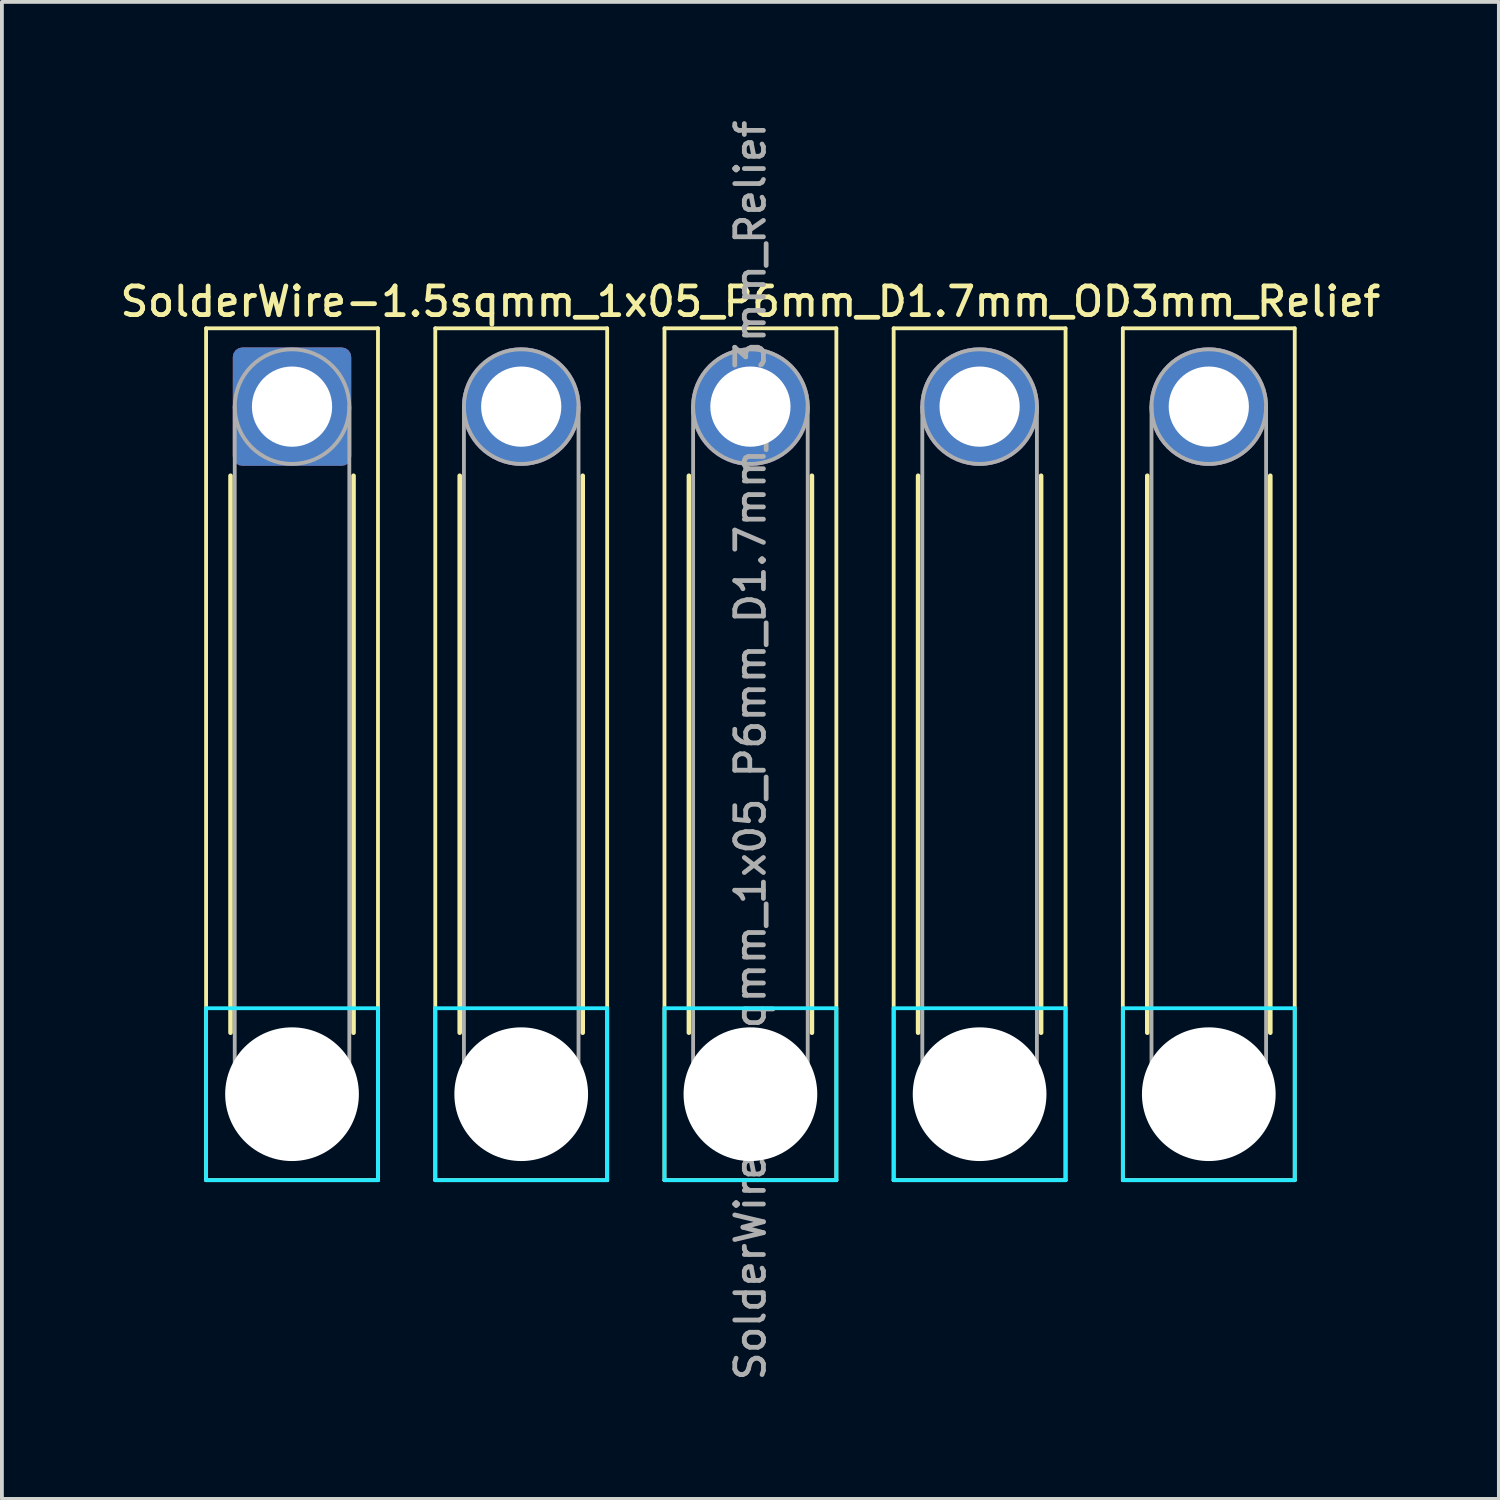
<source format=kicad_pcb>
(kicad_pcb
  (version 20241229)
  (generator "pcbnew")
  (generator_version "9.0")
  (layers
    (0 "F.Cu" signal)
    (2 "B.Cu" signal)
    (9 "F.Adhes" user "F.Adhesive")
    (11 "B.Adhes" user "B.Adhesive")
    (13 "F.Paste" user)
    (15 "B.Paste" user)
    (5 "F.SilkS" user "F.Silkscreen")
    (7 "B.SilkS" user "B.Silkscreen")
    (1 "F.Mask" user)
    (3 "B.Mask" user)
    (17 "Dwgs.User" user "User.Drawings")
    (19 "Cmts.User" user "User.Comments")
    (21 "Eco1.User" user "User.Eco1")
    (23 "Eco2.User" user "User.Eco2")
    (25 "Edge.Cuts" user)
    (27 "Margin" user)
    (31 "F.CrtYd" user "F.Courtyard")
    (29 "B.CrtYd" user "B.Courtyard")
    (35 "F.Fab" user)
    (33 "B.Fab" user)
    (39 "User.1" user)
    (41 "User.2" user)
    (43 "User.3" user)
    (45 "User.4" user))
  (footprint "SolderWire-1.5sqmm_1x05_P6mm_D1.7mm_OD3mm_Relief"
    (layer "F.Cu")
    (at 4.595 7.595)
    (property "Reference" "SolderWire-1.5sqmm_1x05_P6mm_D1.7mm_OD3mm_Relief" (at 12 -2.75 0) (layer "F.SilkS") (effects (font (size 0.75 0.75) (thickness 0.125))))
    (attr exclude_from_pos_files exclude_from_bom)
    (fp_line (start -2.25 -2.05) (end -2.25 20.25) (stroke (width 0.1) (type solid)) (layer "F.SilkS"))
    (fp_line (start -2.25 20.25) (end 2.25 20.25) (stroke (width 0.1) (type solid)) (layer "F.SilkS"))
    (fp_line (start -1.61 1.81) (end -1.61 16.39) (stroke (width 0.12) (type solid)) (layer "F.SilkS"))
    (fp_line (start 1.61 1.81) (end 1.61 16.39) (stroke (width 0.12) (type solid)) (layer "F.SilkS"))
    (fp_line (start 2.25 -2.05) (end -2.25 -2.05) (stroke (width 0.1) (type solid)) (layer "F.SilkS"))
    (fp_line (start 2.25 20.25) (end 2.25 -2.05) (stroke (width 0.1) (type solid)) (layer "F.SilkS"))
    (fp_line (start 3.75 -2.05) (end 3.75 20.25) (stroke (width 0.1) (type solid)) (layer "F.SilkS"))
    (fp_line (start 3.75 20.25) (end 8.25 20.25) (stroke (width 0.1) (type solid)) (layer "F.SilkS"))
    (fp_line (start 4.39 1.81) (end 4.39 16.39) (stroke (width 0.12) (type solid)) (layer "F.SilkS"))
    (fp_line (start 7.61 1.81) (end 7.61 16.39) (stroke (width 0.12) (type solid)) (layer "F.SilkS"))
    (fp_line (start 8.25 -2.05) (end 3.75 -2.05) (stroke (width 0.1) (type solid)) (layer "F.SilkS"))
    (fp_line (start 8.25 20.25) (end 8.25 -2.05) (stroke (width 0.1) (type solid)) (layer "F.SilkS"))
    (fp_line (start 9.75 -2.05) (end 9.75 20.25) (stroke (width 0.1) (type solid)) (layer "F.SilkS"))
    (fp_line (start 9.75 20.25) (end 14.25 20.25) (stroke (width 0.1) (type solid)) (layer "F.SilkS"))
    (fp_line (start 10.39 1.81) (end 10.39 16.39) (stroke (width 0.12) (type solid)) (layer "F.SilkS"))
    (fp_line (start 13.61 1.81) (end 13.61 16.39) (stroke (width 0.12) (type solid)) (layer "F.SilkS"))
    (fp_line (start 14.25 -2.05) (end 9.75 -2.05) (stroke (width 0.1) (type solid)) (layer "F.SilkS"))
    (fp_line (start 14.25 20.25) (end 14.25 -2.05) (stroke (width 0.1) (type solid)) (layer "F.SilkS"))
    (fp_line (start 15.75 -2.05) (end 15.75 20.25) (stroke (width 0.1) (type solid)) (layer "F.SilkS"))
    (fp_line (start 15.75 20.25) (end 20.25 20.25) (stroke (width 0.1) (type solid)) (layer "F.SilkS"))
    (fp_line (start 16.39 1.81) (end 16.39 16.39) (stroke (width 0.12) (type solid)) (layer "F.SilkS"))
    (fp_line (start 19.61 1.81) (end 19.61 16.39) (stroke (width 0.12) (type solid)) (layer "F.SilkS"))
    (fp_line (start 20.25 -2.05) (end 15.75 -2.05) (stroke (width 0.1) (type solid)) (layer "F.SilkS"))
    (fp_line (start 20.25 20.25) (end 20.25 -2.05) (stroke (width 0.1) (type solid)) (layer "F.SilkS"))
    (fp_line (start 21.75 -2.05) (end 21.75 20.25) (stroke (width 0.1) (type solid)) (layer "F.SilkS"))
    (fp_line (start 21.75 20.25) (end 26.25 20.25) (stroke (width 0.1) (type solid)) (layer "F.SilkS"))
    (fp_line (start 22.39 1.81) (end 22.39 16.39) (stroke (width 0.12) (type solid)) (layer "F.SilkS"))
    (fp_line (start 25.61 1.81) (end 25.61 16.39) (stroke (width 0.12) (type solid)) (layer "F.SilkS"))
    (fp_line (start 26.25 -2.05) (end 21.75 -2.05) (stroke (width 0.1) (type solid)) (layer "F.SilkS"))
    (fp_line (start 26.25 20.25) (end 26.25 -2.05) (stroke (width 0.1) (type solid)) (layer "F.SilkS"))
    (fp_line (start -2.25 15.75) (end -2.25 20.25) (stroke (width 0.1) (type solid)) (layer "B.CrtYd"))
    (fp_line (start -2.25 20.25) (end 2.25 20.25) (stroke (width 0.1) (type solid)) (layer "B.CrtYd"))
    (fp_line (start 2.25 15.75) (end -2.25 15.75) (stroke (width 0.1) (type solid)) (layer "B.CrtYd"))
    (fp_line (start 2.25 20.25) (end 2.25 15.75) (stroke (width 0.1) (type solid)) (layer "B.CrtYd"))
    (fp_line (start 3.75 15.75) (end 3.75 20.25) (stroke (width 0.1) (type solid)) (layer "B.CrtYd"))
    (fp_line (start 3.75 20.25) (end 8.25 20.25) (stroke (width 0.1) (type solid)) (layer "B.CrtYd"))
    (fp_line (start 8.25 15.75) (end 3.75 15.75) (stroke (width 0.1) (type solid)) (layer "B.CrtYd"))
    (fp_line (start 8.25 20.25) (end 8.25 15.75) (stroke (width 0.1) (type solid)) (layer "B.CrtYd"))
    (fp_line (start 9.75 15.75) (end 9.75 20.25) (stroke (width 0.1) (type solid)) (layer "B.CrtYd"))
    (fp_line (start 9.75 20.25) (end 14.25 20.25) (stroke (width 0.1) (type solid)) (layer "B.CrtYd"))
    (fp_line (start 14.25 15.75) (end 9.75 15.75) (stroke (width 0.1) (type solid)) (layer "B.CrtYd"))
    (fp_line (start 14.25 20.25) (end 14.25 15.75) (stroke (width 0.1) (type solid)) (layer "B.CrtYd"))
    (fp_line (start 15.75 15.75) (end 15.75 20.25) (stroke (width 0.1) (type solid)) (layer "B.CrtYd"))
    (fp_line (start 15.75 20.25) (end 20.25 20.25) (stroke (width 0.1) (type solid)) (layer "B.CrtYd"))
    (fp_line (start 20.25 15.75) (end 15.75 15.75) (stroke (width 0.1) (type solid)) (layer "B.CrtYd"))
    (fp_line (start 20.25 20.25) (end 20.25 15.75) (stroke (width 0.1) (type solid)) (layer "B.CrtYd"))
    (fp_line (start 21.75 15.75) (end 21.75 20.25) (stroke (width 0.1) (type solid)) (layer "B.CrtYd"))
    (fp_line (start 21.75 20.25) (end 26.25 20.25) (stroke (width 0.1) (type solid)) (layer "B.CrtYd"))
    (fp_line (start 26.25 15.75) (end 21.75 15.75) (stroke (width 0.1) (type solid)) (layer "B.CrtYd"))
    (fp_line (start 26.25 20.25) (end 26.25 15.75) (stroke (width 0.1) (type solid)) (layer "B.CrtYd"))
    (fp_line (start -1.5 0) (end -1.5 18) (stroke (width 0.1) (type solid)) (layer "F.Fab"))
    (fp_line (start 1.5 0) (end 1.5 18) (stroke (width 0.1) (type solid)) (layer "F.Fab"))
    (fp_line (start 4.5 0) (end 4.5 18) (stroke (width 0.1) (type solid)) (layer "F.Fab"))
    (fp_line (start 7.5 0) (end 7.5 18) (stroke (width 0.1) (type solid)) (layer "F.Fab"))
    (fp_line (start 10.5 0) (end 10.5 18) (stroke (width 0.1) (type solid)) (layer "F.Fab"))
    (fp_line (start 13.5 0) (end 13.5 18) (stroke (width 0.1) (type solid)) (layer "F.Fab"))
    (fp_line (start 16.5 0) (end 16.5 18) (stroke (width 0.1) (type solid)) (layer "F.Fab"))
    (fp_line (start 19.5 0) (end 19.5 18) (stroke (width 0.1) (type solid)) (layer "F.Fab"))
    (fp_line (start 22.5 0) (end 22.5 18) (stroke (width 0.1) (type solid)) (layer "F.Fab"))
    (fp_line (start 25.5 0) (end 25.5 18) (stroke (width 0.1) (type solid)) (layer "F.Fab"))
    (fp_circle (center 0 0) (end 1.5 0) (stroke (width 0.1) (type solid)) (fill no) (layer "F.Fab"))
    (fp_circle (center 0 18) (end 1.5 18) (stroke (width 0.1) (type solid)) (fill no) (layer "F.Fab"))
    (fp_circle (center 6 0) (end 7.5 0) (stroke (width 0.1) (type solid)) (fill no) (layer "F.Fab"))
    (fp_circle (center 6 18) (end 7.5 18) (stroke (width 0.1) (type solid)) (fill no) (layer "F.Fab"))
    (fp_circle (center 12 0) (end 13.5 0) (stroke (width 0.1) (type solid)) (fill no) (layer "F.Fab"))
    (fp_circle (center 12 18) (end 13.5 18) (stroke (width 0.1) (type solid)) (fill no) (layer "F.Fab"))
    (fp_circle (center 18 0) (end 19.5 0) (stroke (width 0.1) (type solid)) (fill no) (layer "F.Fab"))
    (fp_circle (center 18 18) (end 19.5 18) (stroke (width 0.1) (type solid)) (fill no) (layer "F.Fab"))
    (fp_circle (center 24 0) (end 25.5 0) (stroke (width 0.1) (type solid)) (fill no) (layer "F.Fab"))
    (fp_circle (center 24 18) (end 25.5 18) (stroke (width 0.1) (type solid)) (fill no) (layer "F.Fab"))
    (fp_text user "${REFERENCE}" (at 12 9 90) (layer "F.Fab") (effects (font (size 0.75 0.75) (thickness 0.125))))
    (pad "" np_thru_hole circle (at 0 18) (size 3.5 3.5) (drill 3.5) (layers "*.Cu" "*.Mask"))
    (pad "" np_thru_hole circle (at 6 18) (size 3.5 3.5) (drill 3.5) (layers "*.Cu" "*.Mask"))
    (pad "" np_thru_hole circle (at 12 18) (size 3.5 3.5) (drill 3.5) (layers "*.Cu" "*.Mask"))
    (pad "" np_thru_hole circle (at 18 18) (size 3.5 3.5) (drill 3.5) (layers "*.Cu" "*.Mask"))
    (pad "" np_thru_hole circle (at 24 18) (size 3.5 3.5) (drill 3.5) (layers "*.Cu" "*.Mask"))
    (pad "1" thru_hole roundrect (at 0 0) (size 3.1 3.1) (drill 2.1) (layers "*.Cu" "*.Mask") (roundrect_rratio 0.081))
    (pad "2" thru_hole circle (at 6 0) (size 3.1 3.1) (drill 2.1) (layers "*.Cu" "*.Mask"))
    (pad "3" thru_hole circle (at 12 0) (size 3.1 3.1) (drill 2.1) (layers "*.Cu" "*.Mask"))
    (pad "4" thru_hole circle (at 18 0) (size 3.1 3.1) (drill 2.1) (layers "*.Cu" "*.Mask"))
    (pad "5" thru_hole circle (at 24 0) (size 3.1 3.1) (drill 2.1) (layers "*.Cu" "*.Mask")))
  (gr_rect
    (start -3 -3)
    (end 36.189 36.189)
    (stroke (width 0.1) (type default))
    (fill no)
    (layer "Edge.Cuts")))
</source>
